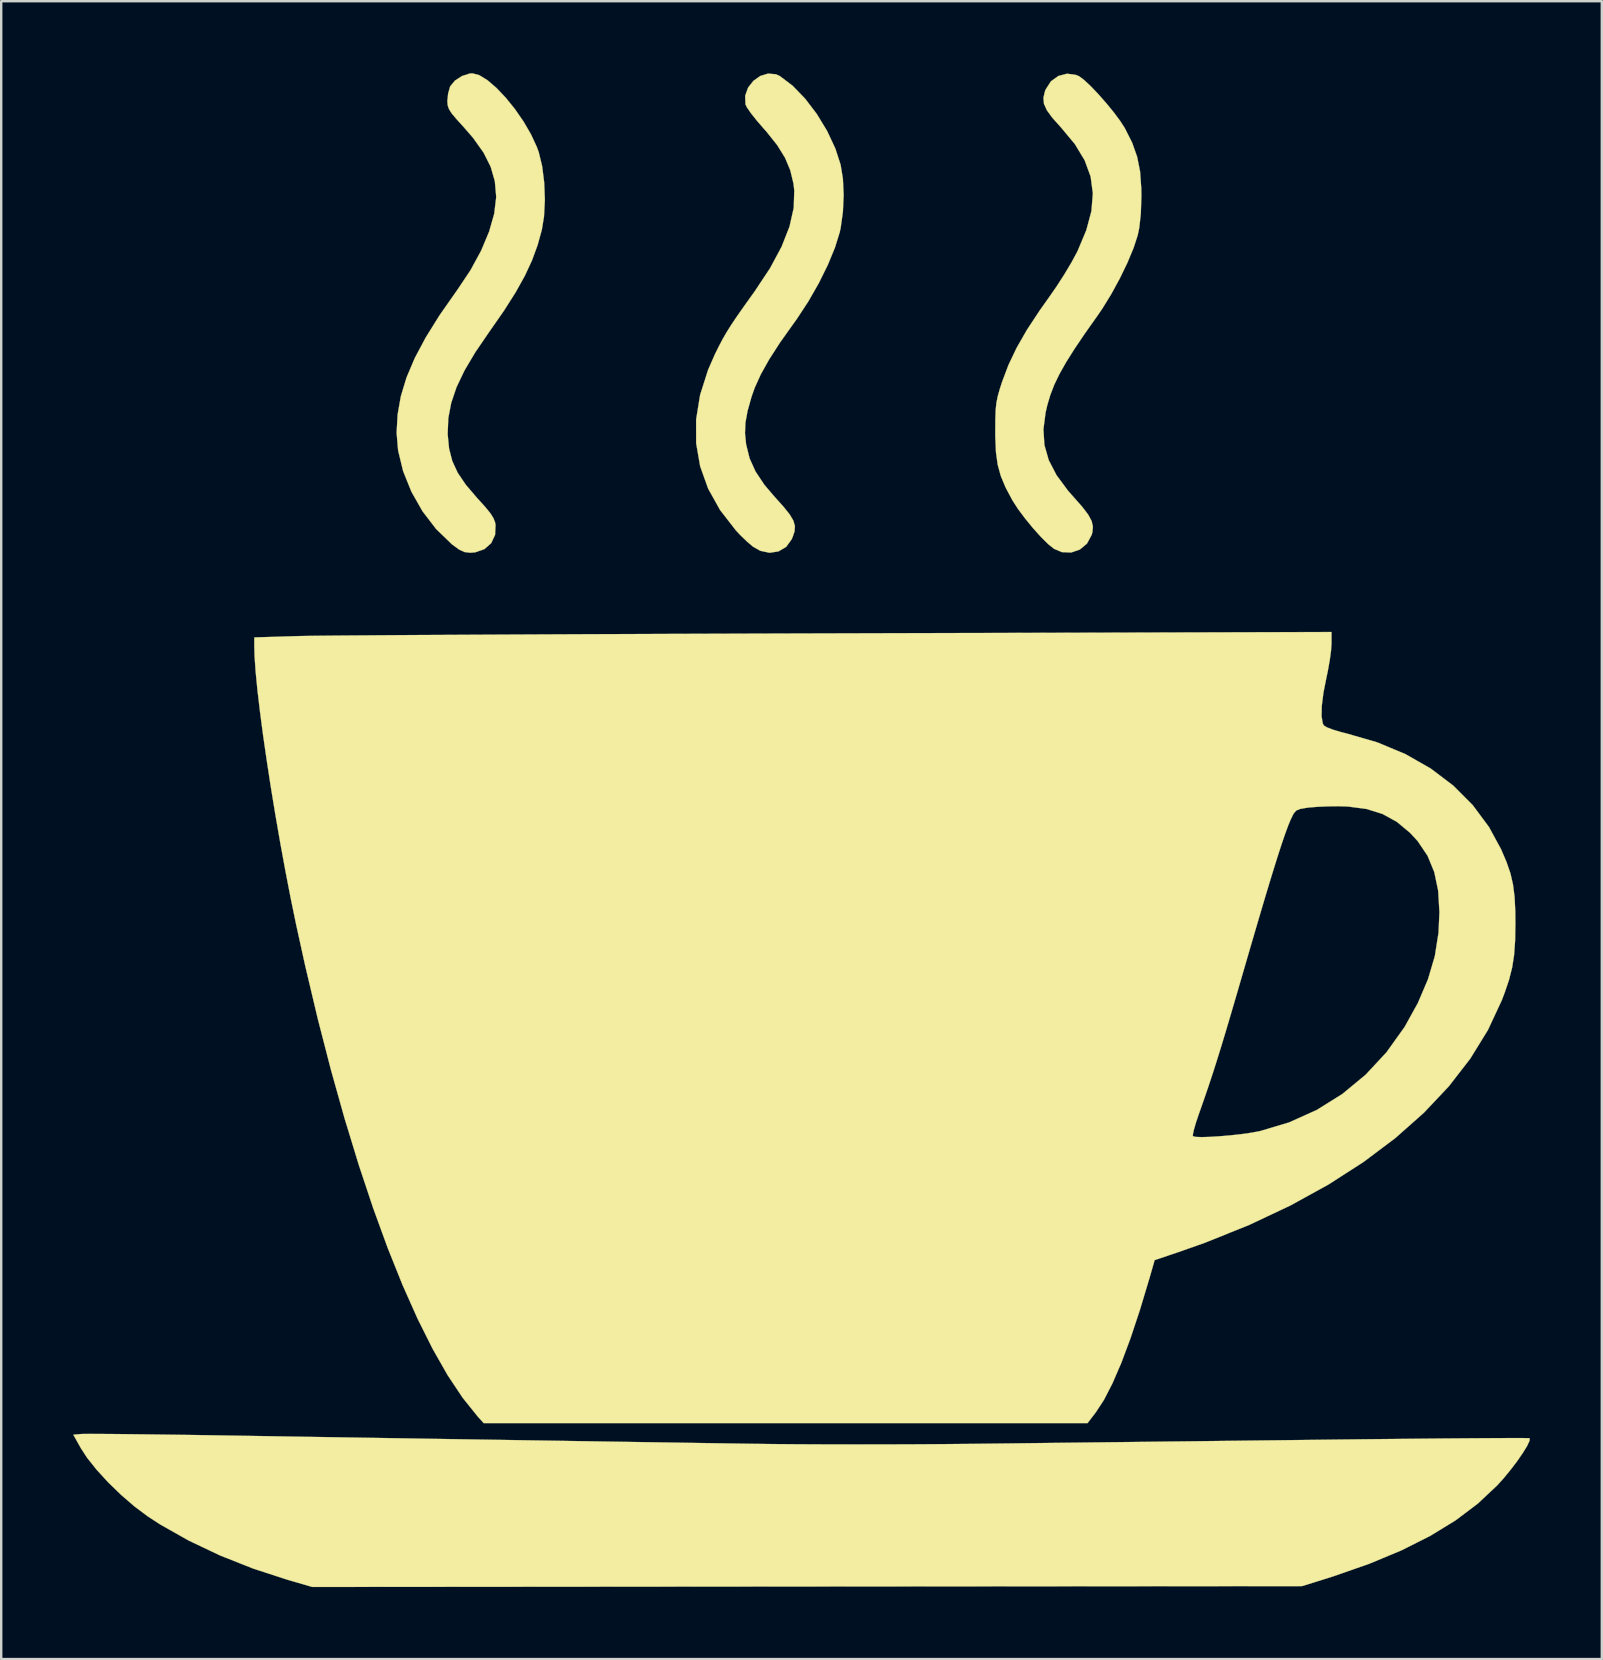
<source format=kicad_pcb>
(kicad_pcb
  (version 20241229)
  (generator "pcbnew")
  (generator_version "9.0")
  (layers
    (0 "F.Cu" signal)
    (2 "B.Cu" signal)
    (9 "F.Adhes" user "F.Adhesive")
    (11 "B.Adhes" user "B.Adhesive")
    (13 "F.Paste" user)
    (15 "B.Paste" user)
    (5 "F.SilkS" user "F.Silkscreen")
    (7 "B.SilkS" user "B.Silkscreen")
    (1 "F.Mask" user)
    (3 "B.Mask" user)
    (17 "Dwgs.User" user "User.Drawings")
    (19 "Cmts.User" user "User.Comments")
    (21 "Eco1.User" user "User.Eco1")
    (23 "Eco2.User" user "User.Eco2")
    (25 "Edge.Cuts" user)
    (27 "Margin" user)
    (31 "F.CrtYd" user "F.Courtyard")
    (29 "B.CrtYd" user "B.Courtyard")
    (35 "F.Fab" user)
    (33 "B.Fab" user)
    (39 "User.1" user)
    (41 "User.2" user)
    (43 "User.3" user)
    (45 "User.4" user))
  (footprint "hot9"
    (layer "F.Cu")
    (at 30.319 31.536)
    (property "Reference" "hot9" (at 0 0 0) (layer "F.SilkS") (effects (font (size 1.524 1.524) (thickness 0.3))))
    (attr through_hole)
    (fp_poly (pts (xy -1.043 -31.491) (xy -0.884 -31.418) (xy -0.351 -31.015) (xy 0.172 -30.474) (xy 0.66 -29.833) (xy 1.087 -29.129) (xy 1.429 -28.399) (xy 1.648 -27.725) (xy 1.744 -27.142) (xy 1.775 -26.465) (xy 1.744 -25.761) (xy 1.651 -25.095) (xy 1.611 -24.91) (xy 1.413 -24.272) (xy 1.115 -23.551) (xy 0.737 -22.787) (xy 0.299 -22.022) (xy -0.179 -21.294) (xy -0.313 -21.108) (xy -0.877 -20.315) (xy -1.326 -19.618) (xy -1.674 -18.997) (xy -1.931 -18.43) (xy -2.062 -18.06) (xy -2.227 -17.471) (xy -2.316 -16.982) (xy -2.335 -16.538) (xy -2.29 -16.087) (xy -2.288 -16.077) (xy -2.145 -15.495) (xy -1.896 -14.943) (xy -1.525 -14.387) (xy -1.098 -13.886) (xy -0.729 -13.476) (xy -0.473 -13.156) (xy -0.319 -12.897) (xy -0.255 -12.672) (xy -0.27 -12.451) (xy -0.353 -12.207) (xy -0.392 -12.118) (xy -0.62 -11.805) (xy -0.938 -11.617) (xy -1.309 -11.559) (xy -1.697 -11.641) (xy -1.998 -11.811) (xy -2.239 -12.015) (xy -2.519 -12.284) (xy -2.713 -12.49) (xy -3.374 -13.341) (xy -3.87 -14.232) (xy -4.202 -15.16) (xy -4.369 -16.122) (xy -4.37 -17.114) (xy -4.205 -18.133) (xy -3.873 -19.176) (xy -3.59 -19.822) (xy -3.423 -20.159) (xy -3.268 -20.455) (xy -3.105 -20.738) (xy -2.917 -21.038) (xy -2.685 -21.385) (xy -2.39 -21.806) (xy -2.015 -22.331) (xy -1.93 -22.45) (xy -1.292 -23.411) (xy -0.81 -24.308) (xy -0.481 -25.145) (xy -0.305 -25.924) (xy -0.281 -26.651) (xy -0.314 -26.935) (xy -0.447 -27.491) (xy -0.666 -28.013) (xy -0.99 -28.537) (xy -1.438 -29.099) (xy -1.574 -29.252) (xy -1.85 -29.572) (xy -2.084 -29.867) (xy -2.248 -30.103) (xy -2.315 -30.239) (xy -2.327 -30.599) (xy -2.207 -30.934) (xy -1.987 -31.216) (xy -1.699 -31.421) (xy -1.373 -31.521) (xy -1.043 -31.491)) (stroke (width 0.01) (type solid)) (fill yes) (layer "F.SilkS"))
    (fp_poly (pts (xy -13.407 -31.456) (xy -13.064 -31.246) (xy -12.689 -30.924) (xy -12.3 -30.514) (xy -11.917 -30.04) (xy -11.561 -29.525) (xy -11.251 -28.992) (xy -11.006 -28.464) (xy -10.925 -28.24) (xy -10.784 -27.658) (xy -10.699 -26.976) (xy -10.672 -26.258) (xy -10.707 -25.571) (xy -10.795 -25.025) (xy -10.974 -24.376) (xy -11.207 -23.741) (xy -11.508 -23.093) (xy -11.892 -22.405) (xy -12.37 -21.652) (xy -12.958 -20.806) (xy -12.992 -20.758) (xy -13.57 -19.912) (xy -14.021 -19.151) (xy -14.353 -18.454) (xy -14.574 -17.799) (xy -14.694 -17.167) (xy -14.72 -16.536) (xy -14.719 -16.48) (xy -14.662 -15.899) (xy -14.529 -15.382) (xy -14.303 -14.892) (xy -13.965 -14.392) (xy -13.499 -13.846) (xy -13.461 -13.805) (xy -13.148 -13.458) (xy -12.938 -13.2) (xy -12.811 -12.997) (xy -12.744 -12.82) (xy -12.726 -12.719) (xy -12.746 -12.303) (xy -12.908 -11.96) (xy -13.192 -11.71) (xy -13.577 -11.577) (xy -13.785 -11.561) (xy -14.019 -11.59) (xy -14.248 -11.695) (xy -14.53 -11.901) (xy -14.55 -11.918) (xy -15.203 -12.55) (xy -15.768 -13.288) (xy -16.23 -14.101) (xy -16.575 -14.956) (xy -16.785 -15.822) (xy -16.847 -16.56) (xy -16.805 -17.32) (xy -16.671 -18.079) (xy -16.436 -18.855) (xy -16.093 -19.665) (xy -15.636 -20.525) (xy -15.057 -21.454) (xy -14.348 -22.467) (xy -14.317 -22.51) (xy -13.77 -23.328) (xy -13.326 -24.145) (xy -12.993 -24.938) (xy -12.781 -25.683) (xy -12.7 -26.357) (xy -12.7 -26.41) (xy -12.755 -27.034) (xy -12.926 -27.632) (xy -13.224 -28.227) (xy -13.662 -28.843) (xy -14.07 -29.313) (xy -14.36 -29.632) (xy -14.551 -29.861) (xy -14.662 -30.034) (xy -14.716 -30.184) (xy -14.732 -30.344) (xy -14.732 -30.39) (xy -14.701 -30.691) (xy -14.625 -30.962) (xy -14.609 -30.998) (xy -14.416 -31.23) (xy -14.124 -31.419) (xy -13.804 -31.522) (xy -13.697 -31.531) (xy -13.407 -31.456)) (stroke (width 0.01) (type solid)) (fill yes) (layer "F.SilkS"))
    (fp_poly (pts (xy -29.135 25.148) (xy -28.578 25.152) (xy -27.909 25.159) (xy -27.143 25.168) (xy -26.294 25.179) (xy -25.378 25.191) (xy -24.408 25.206) (xy -23.707 25.217) (xy -21.5 25.253) (xy -19.312 25.288) (xy -17.159 25.322) (xy -15.053 25.356) (xy -13.009 25.388) (xy -11.04 25.419) (xy -9.162 25.449) (xy -7.388 25.477) (xy -5.732 25.502) (xy -4.208 25.526) (xy -2.83 25.547) (xy -2.032 25.559) (xy -1.129 25.57) (xy -0.092 25.578) (xy 1.041 25.583) (xy 2.236 25.585) (xy 3.454 25.584) (xy 4.661 25.58) (xy 5.821 25.573) (xy 6.896 25.563) (xy 6.943 25.563) (xy 7.743 25.554) (xy 8.692 25.543) (xy 9.77 25.53) (xy 10.956 25.516) (xy 12.231 25.501) (xy 13.575 25.486) (xy 14.966 25.469) (xy 16.385 25.453) (xy 17.811 25.436) (xy 19.225 25.419) (xy 20.605 25.403) (xy 21.105 25.397) (xy 22.339 25.382) (xy 23.525 25.369) (xy 24.653 25.358) (xy 25.711 25.347) (xy 26.688 25.338) (xy 27.573 25.331) (xy 28.356 25.326) (xy 29.026 25.322) (xy 29.571 25.32) (xy 29.981 25.32) (xy 30.245 25.322) (xy 30.351 25.326) (xy 30.353 25.327) (xy 30.346 25.436) (xy 30.246 25.649) (xy 30.069 25.938) (xy 29.835 26.277) (xy 29.561 26.638) (xy 29.268 26.995) (xy 28.998 27.294) (xy 28.194 28.048) (xy 27.268 28.747) (xy 26.211 29.394) (xy 25.015 29.996) (xy 23.671 30.556) (xy 22.171 31.08) (xy 21.929 31.157) (xy 20.87 31.487) (xy 0.254 31.504) (xy -20.362 31.522) (xy -21.378 31.227) (xy -22.815 30.76) (xy -24.202 30.21) (xy -25.506 29.591) (xy -26.694 28.92) (xy -27.22 28.577) (xy -27.764 28.17) (xy -28.321 27.69) (xy -28.858 27.169) (xy -29.342 26.641) (xy -29.742 26.139) (xy -29.995 25.75) (xy -30.314 25.181) (xy -29.995 25.151) (xy -29.858 25.147) (xy -29.567 25.146) (xy -29.135 25.148)) (stroke (width 0.01) (type solid)) (fill yes) (layer "F.SilkS"))
    (fp_poly (pts (xy 11.461 -31.463) (xy 11.585 -31.408) (xy 11.789 -31.257) (xy 12.065 -30.999) (xy 12.383 -30.665) (xy 12.713 -30.29) (xy 13.028 -29.906) (xy 13.296 -29.546) (xy 13.486 -29.251) (xy 13.793 -28.642) (xy 14.001 -28.056) (xy 14.124 -27.437) (xy 14.174 -26.73) (xy 14.178 -26.407) (xy 14.154 -25.675) (xy 14.089 -25.092) (xy 14.025 -24.787) (xy 13.854 -24.261) (xy 13.597 -23.645) (xy 13.279 -22.988) (xy 12.922 -22.333) (xy 12.55 -21.729) (xy 12.365 -21.459) (xy 11.83 -20.701) (xy 11.392 -20.054) (xy 11.041 -19.496) (xy 10.764 -19.005) (xy 10.549 -18.559) (xy 10.385 -18.135) (xy 10.259 -17.712) (xy 10.187 -17.401) (xy 10.097 -16.702) (xy 10.138 -16.049) (xy 10.317 -15.42) (xy 10.641 -14.794) (xy 11.118 -14.149) (xy 11.364 -13.87) (xy 11.722 -13.463) (xy 11.965 -13.143) (xy 12.106 -12.88) (xy 12.159 -12.646) (xy 12.137 -12.413) (xy 12.105 -12.3) (xy 11.911 -11.941) (xy 11.613 -11.693) (xy 11.252 -11.57) (xy 10.865 -11.586) (xy 10.541 -11.723) (xy 10.302 -11.913) (xy 10.001 -12.211) (xy 9.67 -12.578) (xy 9.341 -12.979) (xy 9.045 -13.374) (xy 8.817 -13.726) (xy 8.805 -13.747) (xy 8.521 -14.279) (xy 8.322 -14.756) (xy 8.192 -15.229) (xy 8.12 -15.75) (xy 8.093 -16.373) (xy 8.091 -16.641) (xy 8.095 -17.136) (xy 8.108 -17.506) (xy 8.139 -17.804) (xy 8.194 -18.079) (xy 8.28 -18.383) (xy 8.376 -18.68) (xy 8.643 -19.388) (xy 8.985 -20.103) (xy 9.416 -20.854) (xy 9.954 -21.67) (xy 10.302 -22.159) (xy 10.637 -22.641) (xy 10.971 -23.16) (xy 11.27 -23.661) (xy 11.5 -24.088) (xy 11.521 -24.13) (xy 11.883 -24.994) (xy 12.096 -25.788) (xy 12.157 -26.527) (xy 12.064 -27.229) (xy 11.815 -27.908) (xy 11.408 -28.582) (xy 10.84 -29.266) (xy 10.817 -29.29) (xy 10.468 -29.681) (xy 10.24 -29.994) (xy 10.12 -30.26) (xy 10.097 -30.51) (xy 10.159 -30.774) (xy 10.19 -30.858) (xy 10.409 -31.198) (xy 10.721 -31.422) (xy 11.085 -31.516) (xy 11.461 -31.463)) (stroke (width 0.01) (type solid)) (fill yes) (layer "F.SilkS"))
    (fp_poly (pts (xy 22.098 -7.772) (xy 22.078 -7.476) (xy 22.023 -7.073) (xy 21.943 -6.627) (xy 21.886 -6.358) (xy 21.761 -5.726) (xy 21.693 -5.185) (xy 21.683 -4.755) (xy 21.732 -4.458) (xy 21.78 -4.363) (xy 21.905 -4.287) (xy 22.154 -4.192) (xy 22.488 -4.091) (xy 22.733 -4.03) (xy 24.008 -3.66) (xy 25.177 -3.172) (xy 26.233 -2.57) (xy 27.171 -1.859) (xy 27.982 -1.045) (xy 28.659 -0.133) (xy 29.163 0.796) (xy 29.388 1.322) (xy 29.551 1.795) (xy 29.659 2.263) (xy 29.724 2.775) (xy 29.754 3.377) (xy 29.758 3.898) (xy 29.746 4.606) (xy 29.704 5.194) (xy 29.623 5.717) (xy 29.494 6.228) (xy 29.306 6.782) (xy 29.186 7.094) (xy 28.612 8.324) (xy 27.877 9.516) (xy 26.987 10.665) (xy 25.946 11.768) (xy 24.76 12.82) (xy 23.434 13.817) (xy 21.974 14.756) (xy 20.384 15.632) (xy 18.669 16.441) (xy 16.836 17.18) (xy 15.726 17.571) (xy 14.731 17.906) (xy 14.516 18.653) (xy 14.115 19.987) (xy 13.723 21.166) (xy 13.342 22.186) (xy 12.972 23.043) (xy 12.616 23.733) (xy 12.28 24.246) (xy 11.934 24.699) (xy -13.218 24.699) (xy -13.474 24.415) (xy -14.094 23.643) (xy -14.72 22.703) (xy -15.347 21.602) (xy -15.974 20.348) (xy -16.598 18.947) (xy -17.216 17.407) (xy -17.826 15.734) (xy -18.425 13.936) (xy -18.806 12.686) (xy 16.321 12.686) (xy 16.324 12.745) (xy 16.44 12.774) (xy 16.69 12.783) (xy 17.039 12.773) (xy 17.455 12.747) (xy 17.903 12.708) (xy 18.349 12.658) (xy 18.759 12.6) (xy 19.1 12.537) (xy 19.114 12.534) (xy 20.336 12.169) (xy 21.484 11.651) (xy 22.549 10.986) (xy 23.521 10.183) (xy 24.389 9.249) (xy 25.145 8.192) (xy 25.697 7.193) (xy 26.119 6.202) (xy 26.402 5.243) (xy 26.556 4.268) (xy 26.594 3.416) (xy 26.542 2.52) (xy 26.379 1.743) (xy 26.099 1.063) (xy 25.692 0.457) (xy 25.371 0.108) (xy 24.82 -0.35) (xy 24.224 -0.678) (xy 23.555 -0.887) (xy 22.784 -0.988) (xy 22.394 -1.001) (xy 21.966 -0.996) (xy 21.539 -0.978) (xy 21.183 -0.95) (xy 21.068 -0.936) (xy 20.792 -0.888) (xy 20.628 -0.82) (xy 20.517 -0.69) (xy 20.402 -0.456) (xy 20.401 -0.454) (xy 20.295 -0.201) (xy 20.168 0.145) (xy 20.014 0.594) (xy 19.833 1.155) (xy 19.62 1.839) (xy 19.373 2.653) (xy 19.089 3.61) (xy 18.764 4.717) (xy 18.467 5.737) (xy 18.172 6.753) (xy 17.917 7.623) (xy 17.695 8.373) (xy 17.498 9.024) (xy 17.319 9.601) (xy 17.151 10.127) (xy 16.986 10.625) (xy 16.818 11.119) (xy 16.639 11.631) (xy 16.566 11.836) (xy 16.446 12.194) (xy 16.361 12.49) (xy 16.321 12.686) (xy -18.806 12.686) (xy -19.01 12.021) (xy -19.579 9.994) (xy -20.129 7.863) (xy -20.657 5.636) (xy -21.03 3.941) (xy -21.256 2.847) (xy -21.477 1.708) (xy -21.691 0.543) (xy -21.894 -0.626) (xy -22.084 -1.78) (xy -22.256 -2.9) (xy -22.41 -3.963) (xy -22.54 -4.952) (xy -22.645 -5.845) (xy -22.721 -6.622) (xy -22.765 -7.264) (xy -22.775 -7.649) (xy -22.775 -8.033) (xy -20.934 -8.089) (xy -20.681 -8.094) (xy -20.267 -8.1) (xy -19.7 -8.106) (xy -18.989 -8.112) (xy -18.14 -8.118) (xy -17.163 -8.125) (xy -16.066 -8.132) (xy -14.857 -8.138) (xy -13.543 -8.145) (xy -12.133 -8.152) (xy -10.636 -8.159) (xy -9.059 -8.166) (xy -7.411 -8.172) (xy -5.7 -8.179) (xy -3.933 -8.185) (xy -2.12 -8.191) (xy -0.267 -8.197) (xy 1.503 -8.202) (xy 22.098 -8.259) (xy 22.098 -7.772)) (stroke (width 0.01) (type solid)) (fill yes) (layer "F.SilkS")))
  (gr_rect
    (start -3 -3)
    (end 63.677 66.063)
    (stroke (width 0.1) (type default))
    (fill no)
    (layer "Edge.Cuts")))
</source>
